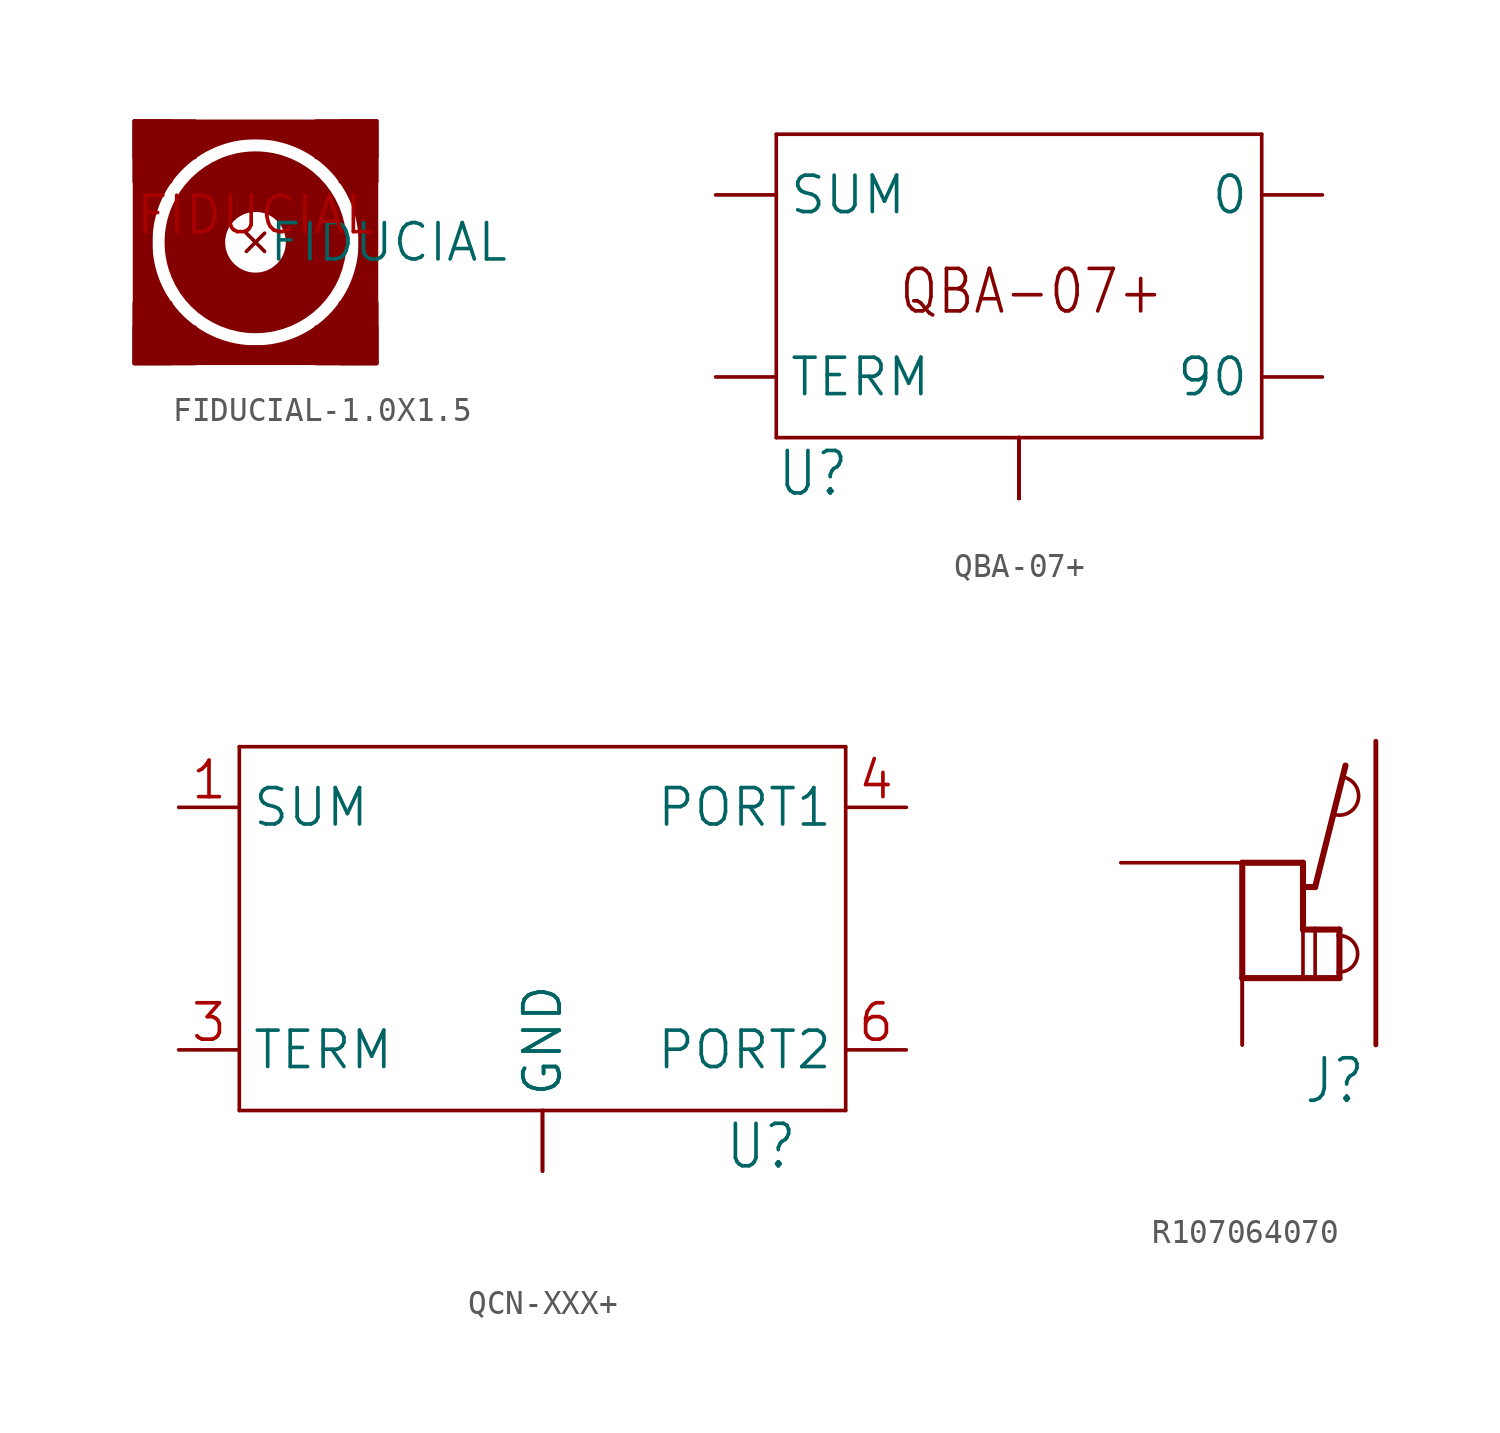
<source format=kicad_sym>
(kicad_symbol_lib
  (version 20241209)
  (generator "kicad_symbol_editor")
  (generator_version "9.0")
  (symbol "FIDUCIAL-1.0X1.5"
    (property "Reference" "FIDUCIAL"
      (at 0 0 0)
      (effects (font (size 1.27 1.27)) (hide yes)))
    (property "ki_locked" ""
      (at 0 0 0)
      (effects (font (size 1.27 1.27))))
    (symbol "FIDUCIAL-1.0X1.5_1_0"
      (polyline (pts (xy -5.08 5.08) (xy 5.08 5.08)) (stroke (width 0.127) (type solid)) (fill (type none)))
      (rectangle (start -5.08 3.556) (end -2.54 5.08) (stroke (width 0) (type default)) (fill (type outline)))
      (rectangle (start -5.08 2.54) (end -3.556 5.08) (stroke (width 0) (type default)) (fill (type outline)))
      (rectangle (start -5.08 -5.08) (end -3.556 -2.54) (stroke (width 0) (type default)) (fill (type outline)))
      (rectangle (start -5.08 -5.08) (end -2.54 -3.556) (stroke (width 0) (type default)) (fill (type outline)))
      (polyline (pts (xy -5.08 -5.08) (xy -5.08 5.08)) (stroke (width 0.127) (type solid)) (fill (type none)))
      (polyline (pts (xy -5.08 -5.08) (xy 5.08 -5.08)) (stroke (width 0.127) (type solid)) (fill (type none)))
      (polyline (pts (xy -4.699 2.54) (xy -4.699 -2.54)) (stroke (width 0.762) (type solid)) (fill (type none)))
      (polyline (pts (xy -2.54 4.699) (xy 2.54 4.699)) (stroke (width 0.762) (type solid)) (fill (type none)))
      (polyline (pts (xy -2.54 -4.699) (xy 2.54 -4.699)) (stroke (width 0.762) (type solid)) (fill (type none)))
      (circle (center 0 0) (radius 2.54) (stroke (width 2.54) (type solid)) (fill (type none)))
      (circle (center 0 0) (radius 4.699) (stroke (width 0.762) (type solid)) (fill (type none)))
      (rectangle (start 2.54 3.556) (end 5.08 5.08) (stroke (width 0) (type default)) (fill (type outline)))
      (rectangle (start 2.54 -5.08) (end 5.08 -3.556) (stroke (width 0) (type default)) (fill (type outline)))
      (rectangle (start 3.556 2.54) (end 5.08 5.08) (stroke (width 0) (type default)) (fill (type outline)))
      (rectangle (start 3.556 -5.08) (end 5.08 -2.54) (stroke (width 0) (type default)) (fill (type outline)))
      (polyline (pts (xy 4.699 -2.54) (xy 4.699 2.54)) (stroke (width 0.762) (type solid)) (fill (type none)))
      (polyline (pts (xy 5.08 5.08) (xy 5.08 -5.08)) (stroke (width 0.127) (type solid)) (fill (type none)))
      (pin no_connect line (at 0 0 0) (length 0) (name "FIDUCIAL" (effects (font (size 1.524 1.524)))) (number "FIDUCIAL" (effects (font (size 1.524 1.524)))))))
  (symbol "QBA-07+"
    (property "Reference" "U"
      (at -10.16 -10.16 0)
      (effects (font (size 1.778 1.511)) (justify left bottom)))
    (property "ki_locked" ""
      (at 0 0 0)
      (effects (font (size 1.27 1.27))))
    (symbol "QBA-07+_1_0"
      (polyline (pts (xy -10.16 5.08) (xy 10.16 5.08)) (stroke (width 0.152) (type solid)) (fill (type none)))
      (polyline (pts (xy -10.16 -7.62) (xy -10.16 5.08)) (stroke (width 0.152) (type solid)) (fill (type none)))
      (polyline (pts (xy 10.16 5.08) (xy 10.16 -7.62)) (stroke (width 0.152) (type solid)) (fill (type none)))
      (polyline (pts (xy 10.16 -7.62) (xy -10.16 -7.62)) (stroke (width 0.152) (type solid)) (fill (type none)))
      (text "QBA-07+" (at -5.08 -2.54 0) (effects (font (size 1.778 1.511)) (justify left bottom)))
      (pin passive line (at -12.7 2.54 0) (length 2.54) (name "SUM" (effects (font (size 1.524 1.524)))) (number "1" (effects (font (size 0 0)))))
      (pin passive line (at -12.7 -5.08 0) (length 2.54) (name "TERM" (effects (font (size 1.524 1.524)))) (number "5" (effects (font (size 0 0)))))
      (pin power_in line (at 0 -10.16 90) (length 2.54) (name "GND" (effects (font (size 0 0)))) (number "2" (effects (font (size 0 0)))))
      (pin power_in line (at 0 -10.16 90) (length 2.54) (name "GND" (effects (font (size 0 0)))) (number "3" (effects (font (size 0 0)))))
      (pin power_in line (at 0 -10.16 90) (length 2.54) (name "GND" (effects (font (size 0 0)))) (number "4" (effects (font (size 0 0)))))
      (pin power_in line (at 0 -10.16 90) (length 2.54) (name "GND" (effects (font (size 0 0)))) (number "7" (effects (font (size 0 0)))))
      (pin power_in line (at 0 -10.16 90) (length 2.54) (name "GND" (effects (font (size 0 0)))) (number "8" (effects (font (size 0 0)))))
      (pin power_in line (at 0 -10.16 90) (length 2.54) (name "GND" (effects (font (size 0 0)))) (number "9" (effects (font (size 0 0)))))
      (pin power_in line (at 0 -10.16 90) (length 2.54) (name "GND" (effects (font (size 0 0)))) (number "GND-NO-PAD" (effects (font (size 0 0)))))
      (pin passive line (at 12.7 2.54 180) (length 2.54) (name "0" (effects (font (size 1.524 1.524)))) (number "6" (effects (font (size 0 0)))))
      (pin passive line (at 12.7 -5.08 180) (length 2.54) (name "90" (effects (font (size 1.524 1.524)))) (number "10" (effects (font (size 0 0)))))))
  (symbol "QCN-XXX+"
    (property "Reference" "U"
      (at 7.62 -10.16 0)
      (effects (font (size 1.778 1.511)) (justify left bottom)))
    (property "Value" ""
      (at 7.62 -12.7 0)
      (effects (font (size 1.778 1.511)) (justify left bottom)))
    (property "ki_locked" ""
      (at 0 0 0)
      (effects (font (size 1.27 1.27))))
    (symbol "QCN-XXX+_1_0"
      (polyline (pts (xy -12.7 7.62) (xy -12.7 -7.62)) (stroke (width 0.152) (type solid)) (fill (type none)))
      (polyline (pts (xy -12.7 -7.62) (xy 12.7 -7.62)) (stroke (width 0.152) (type solid)) (fill (type none)))
      (polyline (pts (xy 12.7 7.62) (xy -12.7 7.62)) (stroke (width 0.152) (type solid)) (fill (type none)))
      (polyline (pts (xy 12.7 -7.62) (xy 12.7 7.62)) (stroke (width 0.152) (type solid)) (fill (type none)))
      (pin bidirectional line (at -15.24 5.08 0) (length 2.54) (name "SUM" (effects (font (size 1.524 1.524)))) (number "1" (effects (font (size 1.524 1.524)))))
      (pin bidirectional line (at -15.24 -5.08 0) (length 2.54) (name "TERM" (effects (font (size 1.524 1.524)))) (number "3" (effects (font (size 1.524 1.524)))))
      (pin power_in line (at 0 -10.16 90) (length 2.54) (name "GND" (effects (font (size 1.524 1.524)))) (number "2" (effects (font (size 0 0)))))
      (pin power_in line (at 0 -10.16 90) (length 2.54) (name "GND" (effects (font (size 1.524 1.524)))) (number "5" (effects (font (size 0 0)))))
      (pin bidirectional line (at 15.24 5.08 180) (length 2.54) (name "PORT1" (effects (font (size 1.524 1.524)))) (number "4" (effects (font (size 1.524 1.524)))))
      (pin bidirectional line (at 15.24 -5.08 180) (length 2.54) (name "PORT2" (effects (font (size 1.524 1.524)))) (number "6" (effects (font (size 1.524 1.524)))))))
  (symbol "R107064070"
    (property "Reference" "J"
      (at 2.54 -10.16 0)
      (effects (font (size 1.778 1.511)) (justify left bottom)))
    (property "Value" ""
      (at 2.54 -12.7 0)
      (effects (font (size 1.778 1.511)) (justify left bottom)))
    (property "ki_locked" ""
      (at 0 0 0)
      (effects (font (size 1.27 1.27))))
    (symbol "R107064070_1_0"
      (polyline (pts (xy 0 0) (xy 0 -4.826)) (stroke (width 0.254) (type solid)) (fill (type none)))
      (polyline (pts (xy 0 -4.826) (xy 2.54 -4.826)) (stroke (width 0.254) (type solid)) (fill (type none)))
      (polyline (pts (xy 2.54 0) (xy 0 0)) (stroke (width 0.254) (type solid)) (fill (type none)))
      (polyline (pts (xy 2.54 -1.016) (xy 2.54 0)) (stroke (width 0.254) (type solid)) (fill (type none)))
      (polyline (pts (xy 2.54 -2.794) (xy 2.54 -1.016)) (stroke (width 0.254) (type solid)) (fill (type none)))
      (polyline (pts (xy 2.54 -2.794) (xy 2.54 -4.826)) (stroke (width 0.152) (type solid)) (fill (type none)))
      (polyline (pts (xy 2.54 -4.826) (xy 3.048 -4.826)) (stroke (width 0.254) (type solid)) (fill (type none)))
      (polyline (pts (xy 3.048 -1.016) (xy 2.54 -1.016)) (stroke (width 0.254) (type solid)) (fill (type none)))
      (polyline (pts (xy 3.048 -2.794) (xy 2.54 -2.794)) (stroke (width 0.254) (type solid)) (fill (type none)))
      (polyline (pts (xy 3.048 -4.826) (xy 3.048 -2.794)) (stroke (width 0.152) (type solid)) (fill (type none)))
      (polyline (pts (xy 3.048 -4.826) (xy 4.064 -4.826)) (stroke (width 0.254) (type solid)) (fill (type none)))
      (arc (start 4.318 3.556) (mid 4.826 2.54) (end 3.81 2.032) (stroke (width 0.1524) (type solid)) (fill (type none)))
      (polyline (pts (xy 4.064 -2.794) (xy 3.048 -2.794)) (stroke (width 0.254) (type solid)) (fill (type none)))
      (polyline (pts (xy 4.064 -3.048) (xy 4.064 -2.794)) (stroke (width 0.254) (type solid)) (fill (type none)))
      (arc (start 4.064 -3.048) (mid 4.826 -3.81) (end 4.064 -4.572) (stroke (width 0.1524) (type solid)) (fill (type none)))
      (polyline (pts (xy 4.064 -4.572) (xy 4.064 -3.048)) (stroke (width 0.254) (type solid)) (fill (type none)))
      (polyline (pts (xy 4.064 -4.826) (xy 4.064 -4.572)) (stroke (width 0.254) (type solid)) (fill (type none)))
      (polyline (pts (xy 4.318 4.064) (xy 3.048 -1.016)) (stroke (width 0.254) (type solid)) (fill (type none)))
      (polyline (pts (xy 5.588 5.08) (xy 5.588 -7.62)) (stroke (width 0.203) (type solid)) (fill (type none)))
      (pin bidirectional line (at -5.08 0 0) (length 5.08) (name "P$1" (effects (font (size 0 0)))) (number "P$1" (effects (font (size 0 0)))))
      (pin bidirectional line (at 0 -7.62 90) (length 5.08) (name "P$2" (effects (font (size 0 0)))) (number "P$2" (effects (font (size 0 0)))))
      (pin bidirectional line (at 0 -7.62 90) (length 5.08) (name "P$2" (effects (font (size 0 0)))) (number "P$3" (effects (font (size 0 0))))))))
</source>
